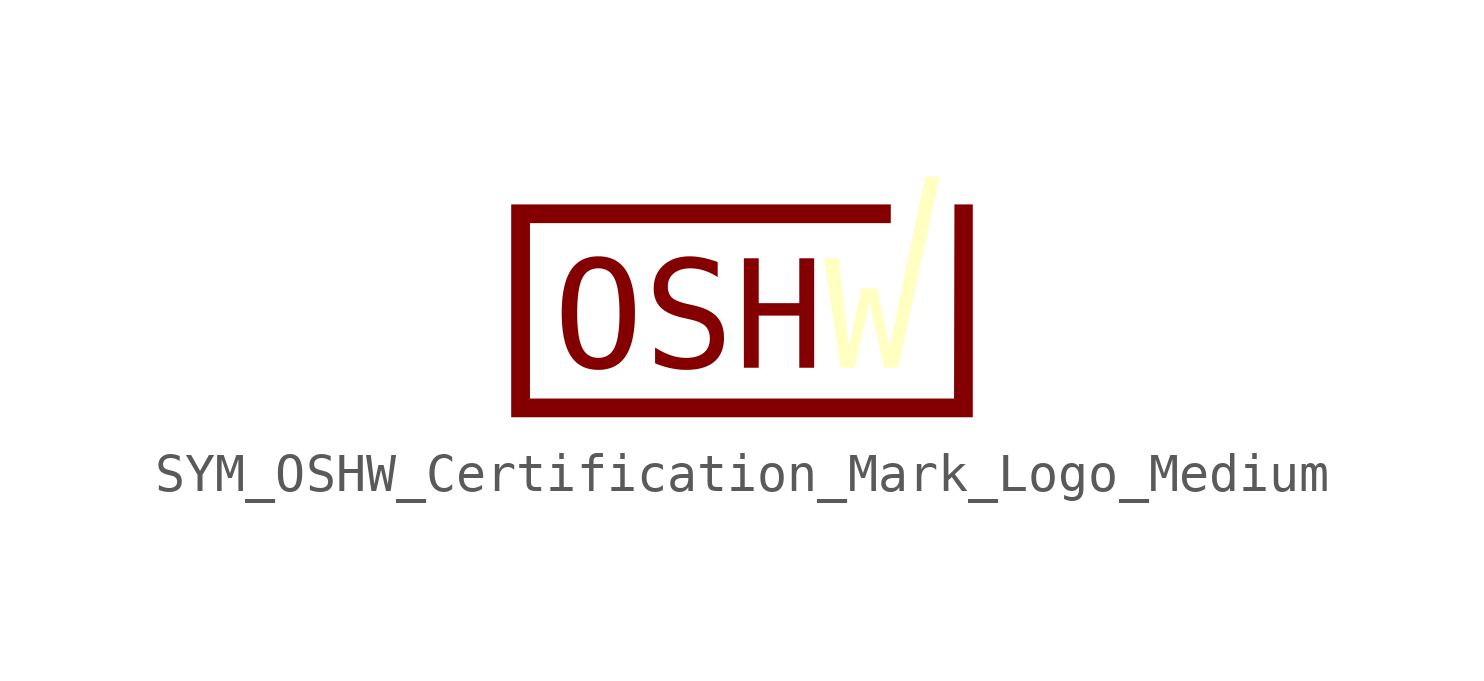
<source format=kicad_sym>
(kicad_symbol_lib
  (version 20220914)
  (generator kicad_symbol_editor)
  (symbol "SYM_OSHW_Certification_Mark_Logo_Medium"
    (property "Reference" "LOGO"
      (at 0 0 0)
      (effects (font (size 1.27 1.27)) hide))
    (symbol "SYM_OSHW_Certification_Mark_Logo_Medium_0_1"
      (polyline (pts (xy -2.783 -0.429) (xy -2.783 -0.429) (xy -2.783 -0.429)) (stroke (width -0.0001) (type default)) (fill (type outline)))
      (polyline (pts (xy 6 -3.137) (xy -6 -3.137) (xy -6 2.398) (xy -6 2.398) (xy 3.868 2.398) (xy 3.868 1.91) (xy -5.512 1.91) (xy -5.512 -2.649) (xy 5.512 -2.649) (xy 5.522 2.398) (xy 6 2.398)) (stroke (width -0.0001) (type default)) (fill (type outline)))
      (polyline (pts (xy 0.435 -0.17) (xy 1.489 -0.17) (xy 1.489 0.997) (xy 1.876 0.997) (xy 1.876 -1.849) (xy 1.489 -1.849) (xy 1.489 -0.494) (xy 0.435 -0.494) (xy 0.435 -1.849) (xy 0.048 -1.849) (xy 0.048 0.997) (xy 0.435 0.997)) (stroke (width -0.0001) (type default)) (fill (type outline)))
      (polyline (pts (xy -3.676 1.047) (xy -3.619 1.042) (xy -3.563 1.035) (xy -3.51 1.025) (xy -3.458 1.012) (xy -3.409 0.997) (xy -3.361 0.978) (xy -3.315 0.957) (xy -3.272 0.932) (xy -3.23 0.905) (xy -3.19 0.875) (xy -3.152 0.842) (xy -3.115 0.807) (xy -3.081 0.768) (xy -3.049 0.727) (xy -3.019 0.682) (xy -2.99 0.635) (xy -2.963 0.585) (xy -2.939 0.532) (xy -2.916 0.476) (xy -2.894 0.416) (xy -2.875 0.354) (xy -2.857 0.289) (xy -2.842 0.222) (xy -2.828 0.151) (xy -2.816 0.077) (xy -2.806 -0.0002) (xy -2.797 -0.08) (xy -2.791 -0.163) (xy -2.786 -0.249) (xy -2.784 -0.337) (xy -2.783 -0.429) (xy -2.784 -0.52) (xy -2.786 -0.609) (xy -2.791 -0.694) (xy -2.797 -0.777) (xy -2.806 -0.857) (xy -2.816 -0.933) (xy -2.828 -1.007) (xy -2.842 -1.078) (xy -2.857 -1.146) (xy -2.875 -1.211) (xy -2.894 -1.273) (xy -2.916 -1.332) (xy -2.939 -1.388) (xy -2.963 -1.441) (xy -2.99 -1.491) (xy -3.019 -1.538) (xy -3.034 -1.561) (xy -3.049 -1.583) (xy -3.065 -1.604) (xy -3.081 -1.624) (xy -3.098 -1.644) (xy -3.115 -1.663) (xy -3.133 -1.681) (xy -3.152 -1.698) (xy -3.17 -1.715) (xy -3.19 -1.731) (xy -3.209 -1.747) (xy -3.23 -1.761) (xy -3.25 -1.775) (xy -3.272 -1.788) (xy -3.293 -1.801) (xy -3.315 -1.813) (xy -3.338 -1.824) (xy -3.361 -1.834) (xy -3.385 -1.844) (xy -3.409 -1.853) (xy -3.433 -1.861) (xy -3.458 -1.869) (xy -3.484 -1.875) (xy -3.51 -1.881) (xy -3.536 -1.887) (xy -3.563 -1.891) (xy -3.619 -1.899) (xy -3.676 -1.903) (xy -3.736 -1.904) (xy -3.795 -1.903) (xy -3.852 -1.899) (xy -3.908 -1.891) (xy -3.961 -1.881) (xy -4.013 -1.869) (xy -4.062 -1.853) (xy -4.11 -1.835) (xy -4.156 -1.813) (xy -4.2 -1.789) (xy -4.242 -1.762) (xy -4.282 -1.732) (xy -4.319 -1.699) (xy -4.356 -1.664) (xy -4.39 -1.625) (xy -4.422 -1.584) (xy -4.452 -1.54) (xy -4.481 -1.493) (xy -4.507 -1.443) (xy -4.532 -1.39) (xy -4.555 -1.334) (xy -4.576 -1.275) (xy -4.595 -1.213) (xy -4.612 -1.148) (xy -4.628 -1.08) (xy -4.642 -1.009) (xy -4.654 -0.935) (xy -4.664 -0.859) (xy -4.672 -0.779) (xy -4.678 -0.696) (xy -4.683 -0.61) (xy -4.686 -0.521) (xy -4.687 -0.429) (xy -4.285 -0.429) (xy -4.282 -0.58) (xy -4.277 -0.719) (xy -4.266 -0.848) (xy -4.253 -0.965) (xy -4.244 -1.02) (xy -4.235 -1.071) (xy -4.224 -1.12) (xy -4.213 -1.166) (xy -4.2 -1.21) (xy -4.187 -1.25) (xy -4.172 -1.288) (xy -4.157 -1.323) (xy -4.14 -1.355) (xy -4.131 -1.371) (xy -4.122 -1.386) (xy -4.112 -1.4) (xy -4.103 -1.414) (xy -4.092 -1.428) (xy -4.082 -1.44) (xy -4.071 -1.453) (xy -4.06 -1.465) (xy -4.048 -1.476) (xy -4.037 -1.487) (xy -4.025 -1.497) (xy -4.012 -1.507) (xy -4 -1.516) (xy -3.987 -1.524) (xy -3.973 -1.532) (xy -3.96 -1.54) (xy -3.946 -1.547) (xy -3.932 -1.554) (xy -3.917 -1.56) (xy -3.902 -1.565) (xy -3.887 -1.57) (xy -3.871 -1.575) (xy -3.855 -1.579) (xy -3.839 -1.582) (xy -3.823 -1.585) (xy -3.806 -1.587) (xy -3.789 -1.589) (xy -3.771 -1.591) (xy -3.736 -1.592) (xy -3.7 -1.591) (xy -3.665 -1.587) (xy -3.631 -1.582) (xy -3.599 -1.575) (xy -3.568 -1.565) (xy -3.539 -1.554) (xy -3.51 -1.54) (xy -3.483 -1.525) (xy -3.458 -1.507) (xy -3.433 -1.487) (xy -3.41 -1.466) (xy -3.389 -1.442) (xy -3.368 -1.415) (xy -3.349 -1.387) (xy -3.331 -1.357) (xy -3.314 -1.325) (xy -3.299 -1.29) (xy -3.284 -1.252) (xy -3.27 -1.211) (xy -3.258 -1.168) (xy -3.246 -1.122) (xy -3.235 -1.073) (xy -3.226 -1.021) (xy -3.217 -0.966) (xy -3.209 -0.909) (xy -3.203 -0.849) (xy -3.197 -0.786) (xy -3.193 -0.72) (xy -3.189 -0.651) (xy -3.187 -0.58) (xy -3.185 -0.506) (xy -3.185 -0.429) (xy -3.187 -0.278) (xy -3.193 -0.138) (xy -3.203 -0.009) (xy -3.217 0.109) (xy -3.226 0.163) (xy -3.235 0.215) (xy -3.246 0.264) (xy -3.258 0.31) (xy -3.27 0.353) (xy -3.284 0.394) (xy -3.299 0.432) (xy -3.314 0.467) (xy -3.331 0.499) (xy -3.34 0.515) (xy -3.349 0.53) (xy -3.358 0.544) (xy -3.368 0.558) (xy -3.378 0.572) (xy -3.389 0.585) (xy -3.399 0.597) (xy -3.41 0.609) (xy -3.422 0.62) (xy -3.433 0.631) (xy -3.446 0.641) (xy -3.458 0.651) (xy -3.47 0.66) (xy -3.483 0.668) (xy -3.497 0.677) (xy -3.51 0.684) (xy -3.524 0.691) (xy -3.539 0.698) (xy -3.553 0.704) (xy -3.568 0.709) (xy -3.584 0.714) (xy -3.599 0.719) (xy -3.615 0.723) (xy -3.631 0.726) (xy -3.648 0.729) (xy -3.665 0.732) (xy -3.682 0.733) (xy -3.7 0.735) (xy -3.736 0.736) (xy -3.771 0.735) (xy -3.806 0.732) (xy -3.839 0.726) (xy -3.871 0.719) (xy -3.902 0.709) (xy -3.932 0.698) (xy -3.96 0.684) (xy -3.987 0.668) (xy -4.012 0.651) (xy -4.037 0.631) (xy -4.06 0.609) (xy -4.082 0.585) (xy -4.103 0.558) (xy -4.122 0.53) (xy -4.14 0.499) (xy -4.157 0.467) (xy -4.172 0.432) (xy -4.187 0.394) (xy -4.2 0.353) (xy -4.213 0.31) (xy -4.224 0.264) (xy -4.235 0.215) (xy -4.244 0.163) (xy -4.253 0.109) (xy -4.26 0.051) (xy -4.266 -0.009) (xy -4.272 -0.072) (xy -4.277 -0.138) (xy -4.28 -0.206) (xy -4.282 -0.278) (xy -4.284 -0.352) (xy -4.285 -0.429) (xy -4.687 -0.429) (xy -4.686 -0.337) (xy -4.683 -0.249) (xy -4.678 -0.163) (xy -4.672 -0.08) (xy -4.664 -0.0002) (xy -4.654 0.077) (xy -4.642 0.151) (xy -4.628 0.222) (xy -4.612 0.289) (xy -4.595 0.354) (xy -4.576 0.416) (xy -4.555 0.476) (xy -4.532 0.532) (xy -4.507 0.585) (xy -4.481 0.635) (xy -4.452 0.682) (xy -4.437 0.705) (xy -4.422 0.727) (xy -4.406 0.748) (xy -4.389 0.768) (xy -4.372 0.788) (xy -4.355 0.807) (xy -4.337 0.825) (xy -4.319 0.842) (xy -4.3 0.859) (xy -4.281 0.875) (xy -4.261 0.891) (xy -4.241 0.905) (xy -4.22 0.919) (xy -4.199 0.932) (xy -4.177 0.945) (xy -4.155 0.957) (xy -4.132 0.968) (xy -4.109 0.978) (xy -4.086 0.988) (xy -4.061 0.997) (xy -4.037 1.005) (xy -4.012 1.012) (xy -3.986 1.019) (xy -3.961 1.025) (xy -3.907 1.035) (xy -3.852 1.042) (xy -3.795 1.047) (xy -3.736 1.048)) (stroke (width -0.0001) (type default)) (fill (type outline)))
      (polyline (pts (xy -1.317 1.047) (xy -1.275 1.045) (xy -1.233 1.042) (xy -1.19 1.038) (xy -1.147 1.033) (xy -1.103 1.026) (xy -1.058 1.018) (xy -1.013 1.01) (xy -0.968 1) (xy -0.921 0.989) (xy -0.875 0.977) (xy -0.827 0.964) (xy -0.779 0.949) (xy -0.731 0.934) (xy -0.682 0.917) (xy -0.632 0.899) (xy -0.632 0.508) (xy -0.676 0.536) (xy -0.72 0.561) (xy -0.764 0.585) (xy -0.808 0.607) (xy -0.852 0.627) (xy -0.896 0.646) (xy -0.94 0.663) (xy -0.985 0.678) (xy -1.028 0.691) (xy -1.073 0.703) (xy -1.117 0.713) (xy -1.161 0.721) (xy -1.205 0.727) (xy -1.25 0.732) (xy -1.294 0.734) (xy -1.339 0.735) (xy -1.373 0.735) (xy -1.405 0.733) (xy -1.437 0.731) (xy -1.468 0.727) (xy -1.498 0.723) (xy -1.528 0.717) (xy -1.556 0.711) (xy -1.583 0.703) (xy -1.61 0.695) (xy -1.635 0.685) (xy -1.66 0.675) (xy -1.684 0.663) (xy -1.706 0.651) (xy -1.728 0.637) (xy -1.75 0.623) (xy -1.77 0.607) (xy -1.789 0.591) (xy -1.807 0.575) (xy -1.824 0.557) (xy -1.839 0.539) (xy -1.853 0.52) (xy -1.866 0.5) (xy -1.878 0.48) (xy -1.889 0.459) (xy -1.898 0.438) (xy -1.906 0.415) (xy -1.913 0.392) (xy -1.918 0.368) (xy -1.923 0.344) (xy -1.926 0.319) (xy -1.927 0.293) (xy -1.928 0.266) (xy -1.928 0.243) (xy -1.927 0.221) (xy -1.925 0.199) (xy -1.922 0.177) (xy -1.918 0.157) (xy -1.914 0.137) (xy -1.908 0.118) (xy -1.902 0.1) (xy -1.895 0.082) (xy -1.888 0.065) (xy -1.879 0.049) (xy -1.87 0.034) (xy -1.86 0.019) (xy -1.849 0.005) (xy -1.838 -0.009) (xy -1.825 -0.022) (xy -1.811 -0.034) (xy -1.796 -0.046) (xy -1.78 -0.058) (xy -1.762 -0.069) (xy -1.742 -0.08) (xy -1.721 -0.091) (xy -1.699 -0.102) (xy -1.675 -0.113) (xy -1.651 -0.123) (xy -1.624 -0.133) (xy -1.596 -0.142) (xy -1.567 -0.152) (xy -1.536 -0.161) (xy -1.504 -0.17) (xy -1.471 -0.179) (xy -1.436 -0.187) (xy -1.234 -0.233) (xy -1.185 -0.245) (xy -1.138 -0.258) (xy -1.092 -0.272) (xy -1.048 -0.286) (xy -1.005 -0.302) (xy -0.965 -0.318) (xy -0.926 -0.335) (xy -0.888 -0.353) (xy -0.853 -0.372) (xy -0.819 -0.392) (xy -0.787 -0.412) (xy -0.756 -0.433) (xy -0.727 -0.455) (xy -0.7 -0.478) (xy -0.675 -0.502) (xy -0.651 -0.527) (xy -0.629 -0.552) (xy -0.608 -0.579) (xy -0.589 -0.607) (xy -0.571 -0.636) (xy -0.555 -0.666) (xy -0.54 -0.697) (xy -0.526 -0.73) (xy -0.514 -0.763) (xy -0.503 -0.798) (xy -0.494 -0.833) (xy -0.486 -0.87) (xy -0.479 -0.908) (xy -0.474 -0.948) (xy -0.471 -0.988) (xy -0.469 -1.029) (xy -0.468 -1.072) (xy -0.469 -1.122) (xy -0.472 -1.17) (xy -0.477 -1.217) (xy -0.484 -1.263) (xy -0.493 -1.307) (xy -0.503 -1.349) (xy -0.516 -1.39) (xy -0.531 -1.43) (xy -0.548 -1.468) (xy -0.566 -1.504) (xy -0.587 -1.539) (xy -0.61 -1.572) (xy -0.634 -1.604) (xy -0.661 -1.635) (xy -0.689 -1.664) (xy -0.72 -1.691) (xy -0.752 -1.717) (xy -0.786 -1.741) (xy -0.822 -1.764) (xy -0.86 -1.785) (xy -0.899 -1.804) (xy -0.941 -1.821) (xy -0.984 -1.837) (xy -1.028 -1.851) (xy -1.075 -1.864) (xy -1.123 -1.875) (xy -1.174 -1.884) (xy -1.226 -1.891) (xy -1.28 -1.897) (xy -1.335 -1.901) (xy -1.392 -1.904) (xy -1.452 -1.905) (xy -1.502 -1.904) (xy -1.552 -1.902) (xy -1.602 -1.899) (xy -1.652 -1.894) (xy -1.702 -1.888) (xy -1.753 -1.88) (xy -1.803 -1.871) (xy -1.854 -1.861) (xy -1.904 -1.85) (xy -1.955 -1.837) (xy -2.006 -1.823) (xy -2.056 -1.808) (xy -2.107 -1.791) (xy -2.158 -1.773) (xy -2.209 -1.754) (xy -2.26 -1.733) (xy -2.26 -1.323) (xy -2.205 -1.357) (xy -2.152 -1.388) (xy -2.099 -1.417) (xy -2.047 -1.444) (xy -1.995 -1.468) (xy -1.945 -1.49) (xy -1.895 -1.51) (xy -1.846 -1.527) (xy -1.797 -1.542) (xy -1.748 -1.556) (xy -1.699 -1.567) (xy -1.649 -1.576) (xy -1.6 -1.583) (xy -1.551 -1.588) (xy -1.501 -1.591) (xy -1.452 -1.592) (xy -1.416 -1.592) (xy -1.381 -1.59) (xy -1.347 -1.587) (xy -1.314 -1.584) (xy -1.282 -1.579) (xy -1.251 -1.574) (xy -1.221 -1.567) (xy -1.192 -1.56) (xy -1.165 -1.551) (xy -1.138 -1.542) (xy -1.112 -1.531) (xy -1.087 -1.519) (xy -1.063 -1.506) (xy -1.04 -1.493) (xy -1.019 -1.478) (xy -0.998 -1.462) (xy -0.978 -1.446) (xy -0.96 -1.428) (xy -0.943 -1.41) (xy -0.927 -1.39) (xy -0.912 -1.37) (xy -0.899 -1.349) (xy -0.887 -1.328) (xy -0.876 -1.305) (xy -0.867 -1.282) (xy -0.859 -1.258) (xy -0.852 -1.233) (xy -0.846 -1.207) (xy -0.842 -1.181) (xy -0.839 -1.153) (xy -0.837 -1.125) (xy -0.836 -1.097) (xy -0.836 -1.07) (xy -0.838 -1.045) (xy -0.84 -1.02) (xy -0.843 -0.996) (xy -0.847 -0.973) (xy -0.852 -0.951) (xy -0.858 -0.929) (xy -0.864 -0.908) (xy -0.872 -0.888) (xy -0.88 -0.869) (xy -0.889 -0.851) (xy -0.899 -0.833) (xy -0.91 -0.816) (xy -0.922 -0.8) (xy -0.935 -0.785) (xy -0.948 -0.771) (xy -0.963 -0.757) (xy -0.979 -0.743) (xy -0.996 -0.73) (xy -1.014 -0.718) (xy -1.034 -0.705) (xy -1.055 -0.694) (xy -1.077 -0.682) (xy -1.1 -0.671) (xy -1.125 -0.66) (xy -1.151 -0.65) (xy -1.179 -0.64) (xy -1.208 -0.631) (xy -1.238 -0.622) (xy -1.269 -0.613) (xy -1.301 -0.605) (xy -1.335 -0.597) (xy -1.541 -0.549) (xy -1.59 -0.538) (xy -1.637 -0.526) (xy -1.682 -0.513) (xy -1.726 -0.499) (xy -1.768 -0.485) (xy -1.808 -0.469) (xy -1.847 -0.454) (xy -1.883 -0.437) (xy -1.918 -0.42) (xy -1.952 -0.402) (xy -1.984 -0.383) (xy -2.014 -0.364) (xy -2.042 -0.344) (xy -2.069 -0.323) (xy -2.094 -0.301) (xy -2.117 -0.279) (xy -2.139 -0.256) (xy -2.159 -0.232) (xy -2.178 -0.207) (xy -2.195 -0.181) (xy -2.211 -0.154) (xy -2.226 -0.126) (xy -2.239 -0.097) (xy -2.251 -0.067) (xy -2.262 -0.036) (xy -2.271 -0.004) (xy -2.278 0.029) (xy -2.285 0.062) (xy -2.29 0.097) (xy -2.293 0.133) (xy -2.295 0.17) (xy -2.296 0.207) (xy -2.295 0.254) (xy -2.292 0.3) (xy -2.287 0.345) (xy -2.28 0.388) (xy -2.271 0.43) (xy -2.26 0.472) (xy -2.247 0.511) (xy -2.232 0.55) (xy -2.215 0.588) (xy -2.196 0.624) (xy -2.175 0.659) (xy -2.152 0.693) (xy -2.127 0.726) (xy -2.1 0.757) (xy -2.071 0.788) (xy -2.041 0.817) (xy -2.008 0.845) (xy -1.974 0.871) (xy -1.938 0.895) (xy -1.901 0.918) (xy -1.863 0.939) (xy -1.824 0.958) (xy -1.783 0.975) (xy -1.741 0.99) (xy -1.698 1.004) (xy -1.653 1.015) (xy -1.607 1.025) (xy -1.56 1.033) (xy -1.512 1.04) (xy -1.462 1.044) (xy -1.411 1.047) (xy -1.358 1.048)) (stroke (width -0.0001) (type default)) (fill (type outline))))
    (symbol "SYM_OSHW_Certification_Mark_Logo_Medium_1_1"
      (polyline (pts (xy 4.061 -1.849) (xy 3.696 -1.849) (xy 3.309 -0.158) (xy 2.925 -1.849) (xy 2.561 -1.849) (xy 2.135 0.997) (xy 2.511 0.997) (xy 2.784 -1.313) (xy 3.107 0.215) (xy 3.51 0.215) (xy 3.837 -1.317) (xy 4.761 3.111) (xy 5.136 3.111)) (stroke (width -0.0001) (type default)) (fill (type background))))))
</source>
